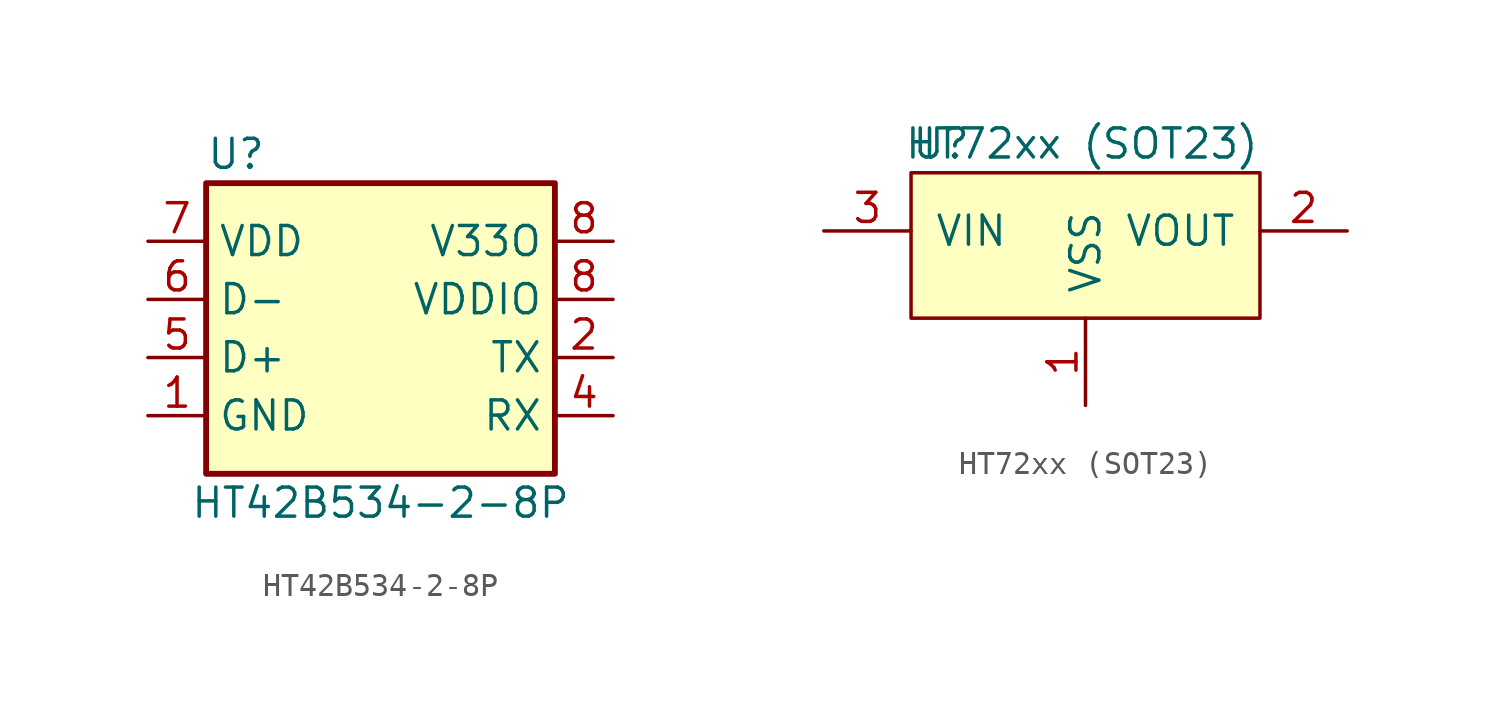
<source format=kicad_sym>
(kicad_symbol_lib
  (version 20211014)
  (generator kicad_symbol_editor)
  (symbol "HT42B534-2-8P"
    (property "Reference" "U"
      (at -7.62 7.62 0)
      (effects (font (size 1.27 1.27)) (justify left)))
    (property "Value" "HT42B534-2-8P"
      (at 0 -7.62 0)
      (effects (font (size 1.27 1.27))))
    (symbol "HT42B534-2-8P_0_1"
      (rectangle (start -7.62 6.35) (end 7.62 -6.35) (stroke (width 0.254) (type default) (color 0 0 0 0)) (fill (type background))))
    (symbol "HT42B534-2-8P_1_1"
      (pin power_in line (at -10.16 -3.81 0) (length 2.54) (name "GND" (effects (font (size 1.27 1.27)))) (number "1" (effects (font (size 1.27 1.27)))))
      (pin output line (at 10.16 -1.27 180) (length 2.54) (name "TX" (effects (font (size 1.27 1.27)))) (number "2" (effects (font (size 1.27 1.27)))))
      (pin input line (at 10.16 -3.81 180) (length 2.54) (name "RX" (effects (font (size 1.27 1.27)))) (number "4" (effects (font (size 1.27 1.27)))))
      (pin bidirectional line (at -10.16 -1.27 0) (length 2.54) (name "D+" (effects (font (size 1.27 1.27)))) (number "5" (effects (font (size 1.27 1.27)))))
      (pin bidirectional line (at -10.16 1.27 0) (length 2.54) (name "D-" (effects (font (size 1.27 1.27)))) (number "6" (effects (font (size 1.27 1.27)))))
      (pin power_in line (at -10.16 3.81 0) (length 2.54) (name "VDD" (effects (font (size 1.27 1.27)))) (number "7" (effects (font (size 1.27 1.27)))))
      (pin passive line (at 10.16 3.81 180) (length 2.54) (name "V33O" (effects (font (size 1.27 1.27)))) (number "8" (effects (font (size 1.27 1.27)))))
      (pin passive line (at 10.16 1.27 180) (length 2.54) (name "VDDIO" (effects (font (size 1.27 1.27)))) (number "8" (effects (font (size 1.27 1.27)))))))
  (symbol "HT72xx (SOT23)"
    (pin_names
      (offset 1.016))
    (property "Reference" "U"
      (at -7.62 5.08 0)
      (effects (font (size 1.27 1.27)) (justify left)))
    (property "Value" "HT72xx (SOT23)"
      (at 7.62 5.08 0)
      (effects (font (size 1.27 1.27)) (justify right)))
    (symbol "HT72xx (SOT23)_1_1"
      (rectangle (start 7.62 -2.54) (end -7.62 3.81) (stroke (width 0) (type default) (color 0 0 0 0)) (fill (type background)))
      (pin power_in line (at 0 -6.35 90) (length 3.81) (name "VSS" (effects (font (size 1.27 1.27)))) (number "1" (effects (font (size 1.27 1.27)))))
      (pin power_out line (at 11.43 1.27 180) (length 3.81) (name "VOUT" (effects (font (size 1.27 1.27)))) (number "2" (effects (font (size 1.27 1.27)))))
      (pin power_in line (at -11.43 1.27 0) (length 3.81) (name "VIN" (effects (font (size 1.27 1.27)))) (number "3" (effects (font (size 1.27 1.27))))))))
</source>
